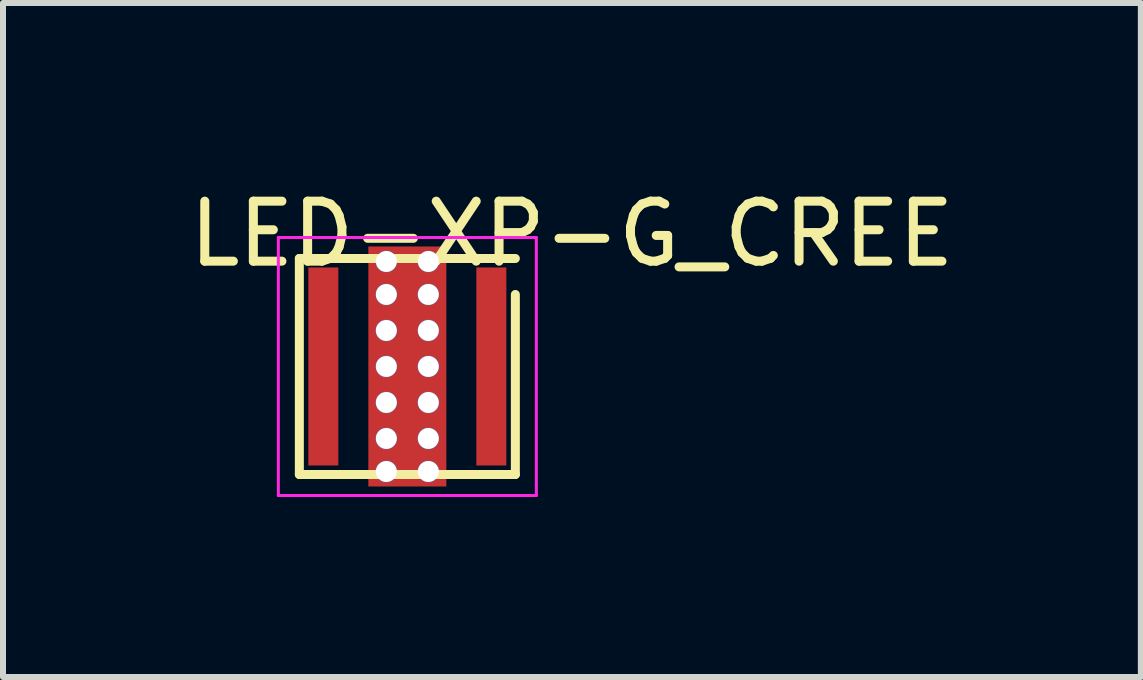
<source format=kicad_pcb>
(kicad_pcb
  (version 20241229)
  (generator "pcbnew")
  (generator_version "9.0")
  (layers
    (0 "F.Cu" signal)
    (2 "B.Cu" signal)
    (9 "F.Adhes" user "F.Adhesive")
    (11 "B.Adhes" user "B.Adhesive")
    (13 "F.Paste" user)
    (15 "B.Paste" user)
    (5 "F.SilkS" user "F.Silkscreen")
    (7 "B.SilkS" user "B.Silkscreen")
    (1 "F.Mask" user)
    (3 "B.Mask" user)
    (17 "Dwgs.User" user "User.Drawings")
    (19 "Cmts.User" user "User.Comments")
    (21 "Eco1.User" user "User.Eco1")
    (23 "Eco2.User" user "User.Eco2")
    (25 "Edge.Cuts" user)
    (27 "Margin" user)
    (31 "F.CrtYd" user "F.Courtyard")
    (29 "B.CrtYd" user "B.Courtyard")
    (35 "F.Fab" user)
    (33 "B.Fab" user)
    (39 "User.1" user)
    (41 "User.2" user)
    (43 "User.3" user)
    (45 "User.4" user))
  (footprint "LED-XP-G_CREE"
    (layer "F.Cu")
    (at 3.739 3.058)
    (property "Reference" "LED-XP-G_CREE" (at 2.743 -2.21 0) (layer "F.SilkS") (effects (font (size 1 1) (thickness 0.15))))
    (attr through_hole)
    (fp_line (start -1.8 -1.8) (end 1.8 -1.8) (stroke (width 0.15) (type solid)) (layer "F.SilkS"))
    (fp_line (start -1.8 1.8) (end -1.8 -1.8) (stroke (width 0.15) (type solid)) (layer "F.SilkS"))
    (fp_line (start 1.8 -1.2) (end 1.8 1.8) (stroke (width 0.15) (type solid)) (layer "F.SilkS"))
    (fp_line (start 1.8 1.8) (end -1.8 1.8) (stroke (width 0.15) (type solid)) (layer "F.SilkS"))
    (fp_line (start -2.15 -2.15) (end 2.15 -2.15) (stroke (width 0.05) (type solid)) (layer "F.CrtYd"))
    (fp_line (start -2.15 2.15) (end -2.15 -2.15) (stroke (width 0.05) (type solid)) (layer "F.CrtYd"))
    (fp_line (start 2.15 -2.15) (end 2.15 2.15) (stroke (width 0.05) (type solid)) (layer "F.CrtYd"))
    (fp_line (start 2.15 2.15) (end -2.15 2.15) (stroke (width 0.05) (type solid)) (layer "F.CrtYd"))
    (pad "1" smd rect (at -1.4 0) (size 0.5 3.3) (layers "F.Cu" "F.Mask" "F.Paste"))
    (pad "2" smd rect (at 1.4 0) (size 0.5 3.3) (layers "F.Cu" "F.Mask" "F.Paste"))
    (pad "3" thru_hole circle (at -0.35 -1.75) (size 0.36 0.36) (drill 0.35) (layers "*.Cu"))
    (pad "3" thru_hole circle (at -0.35 -1.2) (size 0.36 0.36) (drill 0.35) (layers "*.Cu"))
    (pad "3" thru_hole circle (at -0.35 -0.6) (size 0.36 0.36) (drill 0.35) (layers "*.Cu"))
    (pad "3" thru_hole circle (at -0.35 0) (size 0.36 0.36) (drill 0.35) (layers "*.Cu"))
    (pad "3" thru_hole circle (at -0.35 0.6) (size 0.36 0.36) (drill 0.35) (layers "*.Cu"))
    (pad "3" thru_hole circle (at -0.35 1.2) (size 0.36 0.36) (drill 0.35) (layers "*.Cu"))
    (pad "3" thru_hole circle (at -0.35 1.75) (size 0.36 0.36) (drill 0.35) (layers "*.Cu"))
    (pad "3" smd rect (at 0 0) (size 1.3 4) (layers "F.Cu" "F.Mask" "F.Paste"))
    (pad "3" thru_hole circle (at 0.35 -1.75) (size 0.36 0.36) (drill 0.35) (layers "*.Cu"))
    (pad "3" thru_hole circle (at 0.35 -1.2) (size 0.36 0.36) (drill 0.35) (layers "*.Cu"))
    (pad "3" thru_hole circle (at 0.35 -0.6) (size 0.36 0.36) (drill 0.35) (layers "*.Cu"))
    (pad "3" thru_hole circle (at 0.35 0) (size 0.36 0.36) (drill 0.35) (layers "*.Cu"))
    (pad "3" thru_hole circle (at 0.35 0.6) (size 0.36 0.36) (drill 0.35) (layers "*.Cu"))
    (pad "3" thru_hole circle (at 0.35 1.2) (size 0.36 0.36) (drill 0.35) (layers "*.Cu"))
    (pad "3" thru_hole circle (at 0.35 1.75) (size 0.36 0.36) (drill 0.35) (layers "*.Cu")))
  (gr_rect
    (start -3 -3)
    (end 15.964 8.233)
    (stroke (width 0.1) (type default))
    (fill no)
    (layer "Edge.Cuts")))
</source>
